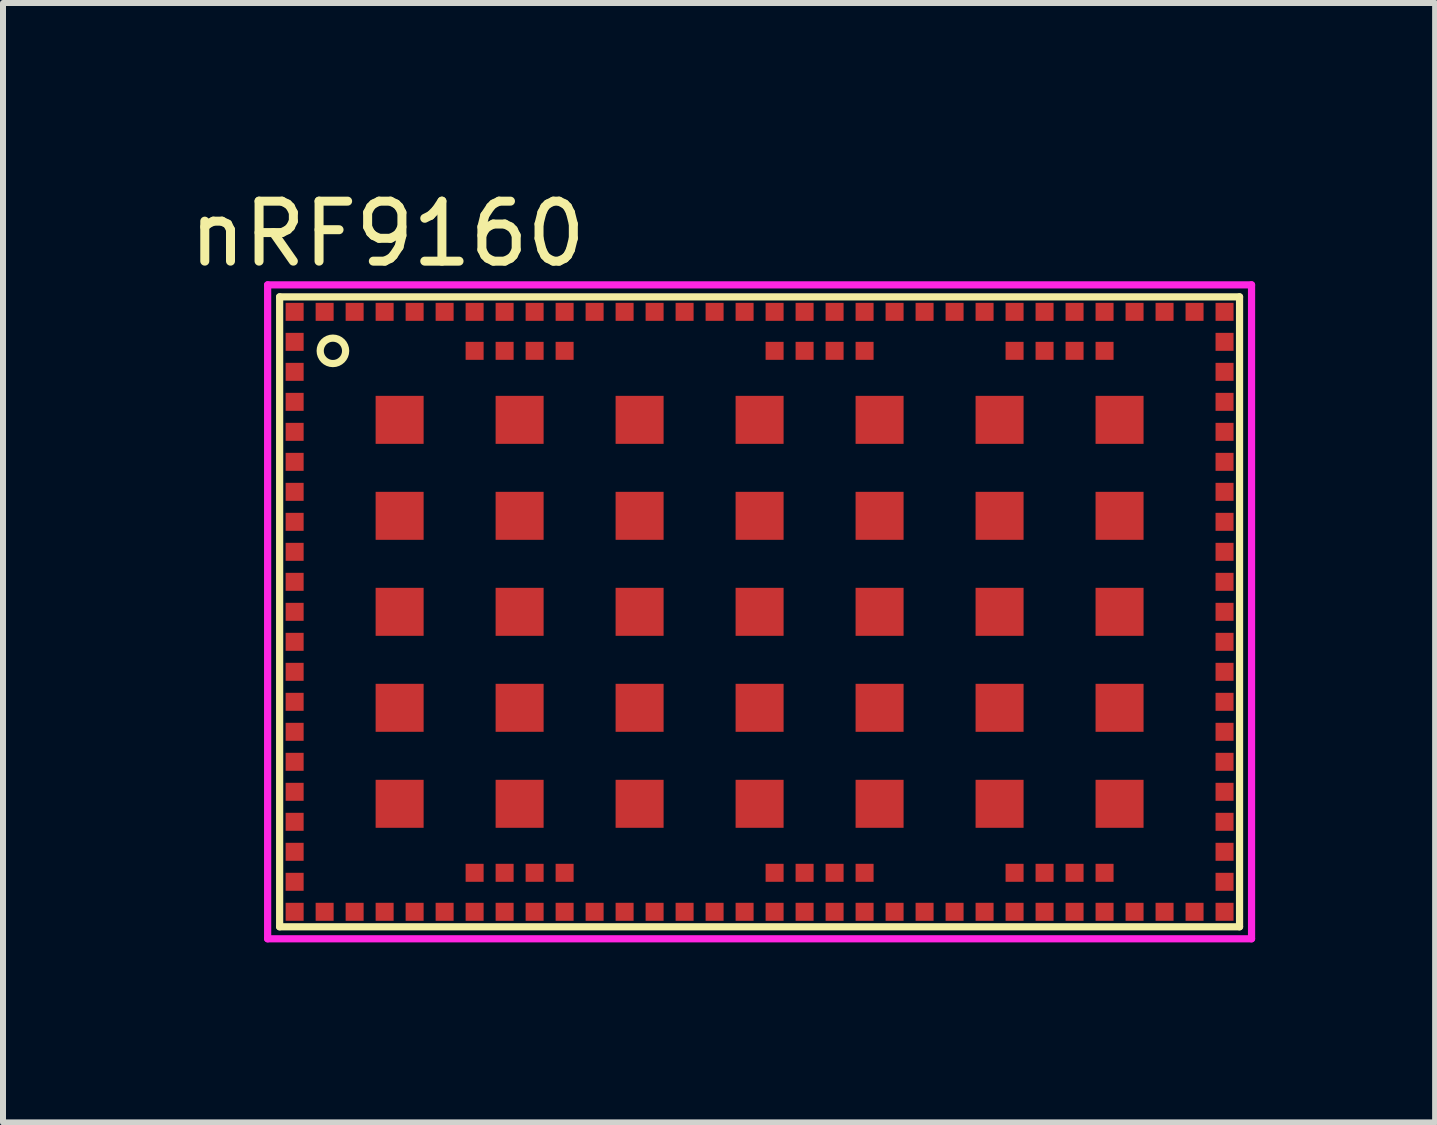
<source format=kicad_pcb>
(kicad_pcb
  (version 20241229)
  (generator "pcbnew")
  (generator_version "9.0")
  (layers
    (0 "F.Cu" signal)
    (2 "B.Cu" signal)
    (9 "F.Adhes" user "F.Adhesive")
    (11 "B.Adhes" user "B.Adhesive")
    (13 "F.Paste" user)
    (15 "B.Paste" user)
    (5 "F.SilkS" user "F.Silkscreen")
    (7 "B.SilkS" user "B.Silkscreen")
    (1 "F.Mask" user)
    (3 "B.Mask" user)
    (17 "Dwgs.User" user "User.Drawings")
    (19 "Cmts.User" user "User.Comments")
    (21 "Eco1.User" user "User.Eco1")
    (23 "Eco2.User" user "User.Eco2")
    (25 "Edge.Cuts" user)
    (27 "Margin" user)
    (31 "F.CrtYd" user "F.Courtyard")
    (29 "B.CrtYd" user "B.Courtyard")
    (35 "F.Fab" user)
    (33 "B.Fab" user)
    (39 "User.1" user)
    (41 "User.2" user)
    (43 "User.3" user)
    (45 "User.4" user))
  (footprint "nRF9160"
    (layer "F.Cu")
    (at 9.611 7.148)
    (property "Reference" "nRF9160" (at -6.2 -6.3 0) (layer "F.SilkS") (effects (font (size 1 1) (thickness 0.15))))
    (attr smd)
    (fp_line (start -8 -5.25) (end 8 -5.25) (stroke (width 0.12) (type solid)) (layer "F.SilkS"))
    (fp_line (start -8 5.25) (end -8 -5.25) (stroke (width 0.12) (type solid)) (layer "F.SilkS"))
    (fp_line (start 8 -5.25) (end 8 5.25) (stroke (width 0.12) (type solid)) (layer "F.SilkS"))
    (fp_line (start 8 5.25) (end -8 5.25) (stroke (width 0.12) (type solid)) (layer "F.SilkS"))
    (fp_circle (center -7.112 -4.35) (end -6.962 -4.2) (stroke (width 0.12) (type solid)) (fill no) (layer "F.SilkS"))
    (fp_line (start -8.2 -5.45) (end 8.2 -5.45) (stroke (width 0.12) (type solid)) (layer "F.CrtYd"))
    (fp_line (start -8.2 5.45) (end -8.2 -5.45) (stroke (width 0.12) (type solid)) (layer "F.CrtYd"))
    (fp_line (start 8.2 -5.45) (end 8.2 5.45) (stroke (width 0.12) (type solid)) (layer "F.CrtYd"))
    (fp_line (start 8.2 5.45) (end -8.2 5.45) (stroke (width 0.12) (type solid)) (layer "F.CrtYd"))
    (pad "1" smd rect (at -7.75 -5) (size 0.3 0.3) (layers "F.Cu" "F.Mask" "F.Paste"))
    (pad "2" smd rect (at -7.75 -4.5) (size 0.3 0.3) (layers "F.Cu" "F.Mask" "F.Paste"))
    (pad "3" smd rect (at -7.75 -4) (size 0.3 0.3) (layers "F.Cu" "F.Mask" "F.Paste"))
    (pad "4" smd rect (at -7.75 -3.5) (size 0.3 0.3) (layers "F.Cu" "F.Mask" "F.Paste"))
    (pad "5" smd rect (at -7.75 -3) (size 0.3 0.3) (layers "F.Cu" "F.Mask" "F.Paste"))
    (pad "6" smd rect (at -7.75 -2.5) (size 0.3 0.3) (layers "F.Cu" "F.Mask" "F.Paste"))
    (pad "7" smd rect (at -7.75 -2) (size 0.3 0.3) (layers "F.Cu" "F.Mask" "F.Paste"))
    (pad "8" smd rect (at -7.75 -1.5) (size 0.3 0.3) (layers "F.Cu" "F.Mask" "F.Paste"))
    (pad "9" smd rect (at -7.75 -1) (size 0.3 0.3) (layers "F.Cu" "F.Mask" "F.Paste"))
    (pad "10" smd rect (at -7.75 -0.5) (size 0.3 0.3) (layers "F.Cu" "F.Mask" "F.Paste"))
    (pad "11" smd rect (at -7.75 0) (size 0.3 0.3) (layers "F.Cu" "F.Mask" "F.Paste"))
    (pad "12" smd rect (at -7.75 0.5) (size 0.3 0.3) (layers "F.Cu" "F.Mask" "F.Paste"))
    (pad "13" smd rect (at -7.75 1) (size 0.3 0.3) (layers "F.Cu" "F.Mask" "F.Paste"))
    (pad "14" smd rect (at -7.75 1.5) (size 0.3 0.3) (layers "F.Cu" "F.Mask" "F.Paste"))
    (pad "15" smd rect (at -7.75 2) (size 0.3 0.3) (layers "F.Cu" "F.Mask" "F.Paste"))
    (pad "16" smd rect (at -7.75 2.5) (size 0.3 0.3) (layers "F.Cu" "F.Mask" "F.Paste"))
    (pad "17" smd rect (at -7.75 3) (size 0.3 0.3) (layers "F.Cu" "F.Mask" "F.Paste"))
    (pad "18" smd rect (at -7.75 3.5) (size 0.3 0.3) (layers "F.Cu" "F.Mask" "F.Paste"))
    (pad "19" smd rect (at -7.75 4) (size 0.3 0.3) (layers "F.Cu" "F.Mask" "F.Paste"))
    (pad "20" smd rect (at -7.75 4.5) (size 0.3 0.3) (layers "F.Cu" "F.Mask" "F.Paste"))
    (pad "21" smd rect (at -7.75 5) (size 0.3 0.3) (layers "F.Cu" "F.Mask" "F.Paste"))
    (pad "22" smd rect (at -7.25 5) (size 0.3 0.3) (layers "F.Cu" "F.Mask" "F.Paste"))
    (pad "23" smd rect (at -6.75 5) (size 0.3 0.3) (layers "F.Cu" "F.Mask" "F.Paste"))
    (pad "24" smd rect (at -6.25 5) (size 0.3 0.3) (layers "F.Cu" "F.Mask" "F.Paste"))
    (pad "25" smd rect (at -5.75 5) (size 0.3 0.3) (layers "F.Cu" "F.Mask" "F.Paste"))
    (pad "26" smd rect (at -5.25 5) (size 0.3 0.3) (layers "F.Cu" "F.Mask" "F.Paste"))
    (pad "27" smd rect (at -4.75 5) (size 0.3 0.3) (layers "F.Cu" "F.Mask" "F.Paste"))
    (pad "28" smd rect (at -4.25 5) (size 0.3 0.3) (layers "F.Cu" "F.Mask" "F.Paste"))
    (pad "29" smd rect (at -3.75 5) (size 0.3 0.3) (layers "F.Cu" "F.Mask" "F.Paste"))
    (pad "30" smd rect (at -3.25 5) (size 0.3 0.3) (layers "F.Cu" "F.Mask" "F.Paste"))
    (pad "31" smd rect (at -2.75 5) (size 0.3 0.3) (layers "F.Cu" "F.Mask" "F.Paste"))
    (pad "32" smd rect (at -2.25 5) (size 0.3 0.3) (layers "F.Cu" "F.Mask" "F.Paste"))
    (pad "33" smd rect (at -1.75 5) (size 0.3 0.3) (layers "F.Cu" "F.Mask" "F.Paste"))
    (pad "34" smd rect (at -1.25 5) (size 0.3 0.3) (layers "F.Cu" "F.Mask" "F.Paste"))
    (pad "35" smd rect (at -0.75 5) (size 0.3 0.3) (layers "F.Cu" "F.Mask" "F.Paste"))
    (pad "36" smd rect (at -0.25 5) (size 0.3 0.3) (layers "F.Cu" "F.Mask" "F.Paste"))
    (pad "37" smd rect (at 0.25 5) (size 0.3 0.3) (layers "F.Cu" "F.Mask" "F.Paste"))
    (pad "38" smd rect (at 0.75 5) (size 0.3 0.3) (layers "F.Cu" "F.Mask" "F.Paste"))
    (pad "39" smd rect (at 1.25 5) (size 0.3 0.3) (layers "F.Cu" "F.Mask" "F.Paste"))
    (pad "40" smd rect (at 1.75 5) (size 0.3 0.3) (layers "F.Cu" "F.Mask" "F.Paste"))
    (pad "41" smd rect (at 2.25 5) (size 0.3 0.3) (layers "F.Cu" "F.Mask" "F.Paste"))
    (pad "42" smd rect (at 2.75 5) (size 0.3 0.3) (layers "F.Cu" "F.Mask" "F.Paste"))
    (pad "43" smd rect (at 3.25 5) (size 0.3 0.3) (layers "F.Cu" "F.Mask" "F.Paste"))
    (pad "44" smd rect (at 3.75 5) (size 0.3 0.3) (layers "F.Cu" "F.Mask" "F.Paste"))
    (pad "45" smd rect (at 4.25 5) (size 0.3 0.3) (layers "F.Cu" "F.Mask" "F.Paste"))
    (pad "46" smd rect (at 4.75 5) (size 0.3 0.3) (layers "F.Cu" "F.Mask" "F.Paste"))
    (pad "47" smd rect (at 5.25 5) (size 0.3 0.3) (layers "F.Cu" "F.Mask" "F.Paste"))
    (pad "48" smd rect (at 5.75 5) (size 0.3 0.3) (layers "F.Cu" "F.Mask" "F.Paste"))
    (pad "49" smd rect (at 6.25 5) (size 0.3 0.3) (layers "F.Cu" "F.Mask" "F.Paste"))
    (pad "50" smd rect (at 6.75 5) (size 0.3 0.3) (layers "F.Cu" "F.Mask" "F.Paste"))
    (pad "51" smd rect (at 7.25 5) (size 0.3 0.3) (layers "F.Cu" "F.Mask" "F.Paste"))
    (pad "52" smd rect (at 7.75 5) (size 0.3 0.3) (layers "F.Cu" "F.Mask" "F.Paste"))
    (pad "53" smd rect (at 7.75 4.5) (size 0.3 0.3) (layers "F.Cu" "F.Mask" "F.Paste"))
    (pad "54" smd rect (at 7.75 4) (size 0.3 0.3) (layers "F.Cu" "F.Mask" "F.Paste"))
    (pad "55" smd rect (at 7.75 3.5) (size 0.3 0.3) (layers "F.Cu" "F.Mask" "F.Paste"))
    (pad "56" smd rect (at 7.75 3) (size 0.3 0.3) (layers "F.Cu" "F.Mask" "F.Paste"))
    (pad "57" smd rect (at 7.75 2.5) (size 0.3 0.3) (layers "F.Cu" "F.Mask" "F.Paste"))
    (pad "58" smd rect (at 7.75 2) (size 0.3 0.3) (layers "F.Cu" "F.Mask" "F.Paste"))
    (pad "59" smd rect (at 7.75 1.5) (size 0.3 0.3) (layers "F.Cu" "F.Mask" "F.Paste"))
    (pad "60" smd rect (at 7.75 1) (size 0.3 0.3) (layers "F.Cu" "F.Mask" "F.Paste"))
    (pad "61" smd rect (at 7.75 0.5) (size 0.3 0.3) (layers "F.Cu" "F.Mask" "F.Paste"))
    (pad "62" smd rect (at 7.75 0) (size 0.3 0.3) (layers "F.Cu" "F.Mask" "F.Paste"))
    (pad "63" smd rect (at 7.75 -0.5) (size 0.3 0.3) (layers "F.Cu" "F.Mask" "F.Paste"))
    (pad "64" smd rect (at 7.75 -1) (size 0.3 0.3) (layers "F.Cu" "F.Mask" "F.Paste"))
    (pad "65" smd rect (at 7.75 -1.5) (size 0.3 0.3) (layers "F.Cu" "F.Mask" "F.Paste"))
    (pad "66" smd rect (at 7.75 -2) (size 0.3 0.3) (layers "F.Cu" "F.Mask" "F.Paste"))
    (pad "67" smd rect (at 7.75 -2.5) (size 0.3 0.3) (layers "F.Cu" "F.Mask" "F.Paste"))
    (pad "68" smd rect (at 7.75 -3) (size 0.3 0.3) (layers "F.Cu" "F.Mask" "F.Paste"))
    (pad "69" smd rect (at 7.75 -3.5) (size 0.3 0.3) (layers "F.Cu" "F.Mask" "F.Paste"))
    (pad "70" smd rect (at 7.75 -4) (size 0.3 0.3) (layers "F.Cu" "F.Mask" "F.Paste"))
    (pad "71" smd rect (at 7.75 -4.5) (size 0.3 0.3) (layers "F.Cu" "F.Mask" "F.Paste"))
    (pad "72" smd rect (at 7.75 -5) (size 0.3 0.3) (layers "F.Cu" "F.Mask" "F.Paste"))
    (pad "73" smd rect (at 7.25 -5) (size 0.3 0.3) (layers "F.Cu" "F.Mask" "F.Paste"))
    (pad "74" smd rect (at 6.75 -5) (size 0.3 0.3) (layers "F.Cu" "F.Mask" "F.Paste"))
    (pad "75" smd rect (at 6.25 -5) (size 0.3 0.3) (layers "F.Cu" "F.Mask" "F.Paste"))
    (pad "76" smd rect (at 5.75 -5) (size 0.3 0.3) (layers "F.Cu" "F.Mask" "F.Paste"))
    (pad "77" smd rect (at 5.25 -5) (size 0.3 0.3) (layers "F.Cu" "F.Mask" "F.Paste"))
    (pad "78" smd rect (at 4.75 -5) (size 0.3 0.3) (layers "F.Cu" "F.Mask" "F.Paste"))
    (pad "79" smd rect (at 4.25 -5) (size 0.3 0.3) (layers "F.Cu" "F.Mask" "F.Paste"))
    (pad "80" smd rect (at 3.75 -5) (size 0.3 0.3) (layers "F.Cu" "F.Mask" "F.Paste"))
    (pad "81" smd rect (at 3.25 -5) (size 0.3 0.3) (layers "F.Cu" "F.Mask" "F.Paste"))
    (pad "82" smd rect (at 2.75 -5) (size 0.3 0.3) (layers "F.Cu" "F.Mask" "F.Paste"))
    (pad "83" smd rect (at 2.25 -5) (size 0.3 0.3) (layers "F.Cu" "F.Mask" "F.Paste"))
    (pad "84" smd rect (at 1.75 -5) (size 0.3 0.3) (layers "F.Cu" "F.Mask" "F.Paste"))
    (pad "85" smd rect (at 1.25 -5) (size 0.3 0.3) (layers "F.Cu" "F.Mask" "F.Paste"))
    (pad "86" smd rect (at 0.75 -5) (size 0.3 0.3) (layers "F.Cu" "F.Mask" "F.Paste"))
    (pad "87" smd rect (at 0.25 -5) (size 0.3 0.3) (layers "F.Cu" "F.Mask" "F.Paste"))
    (pad "88" smd rect (at -0.25 -5) (size 0.3 0.3) (layers "F.Cu" "F.Mask" "F.Paste"))
    (pad "89" smd rect (at -0.75 -5) (size 0.3 0.3) (layers "F.Cu" "F.Mask" "F.Paste"))
    (pad "90" smd rect (at -1.25 -5) (size 0.3 0.3) (layers "F.Cu" "F.Mask" "F.Paste"))
    (pad "91" smd rect (at -1.75 -5) (size 0.3 0.3) (layers "F.Cu" "F.Mask" "F.Paste"))
    (pad "92" smd rect (at -2.25 -5) (size 0.3 0.3) (layers "F.Cu" "F.Mask" "F.Paste"))
    (pad "93" smd rect (at -2.75 -5) (size 0.3 0.3) (layers "F.Cu" "F.Mask" "F.Paste"))
    (pad "94" smd rect (at -3.25 -5) (size 0.3 0.3) (layers "F.Cu" "F.Mask" "F.Paste"))
    (pad "95" smd rect (at -3.75 -5 90) (size 0.3 0.3) (layers "F.Cu" "F.Mask" "F.Paste"))
    (pad "96" smd rect (at -4.25 -5) (size 0.3 0.3) (layers "F.Cu" "F.Mask" "F.Paste"))
    (pad "97" smd rect (at -4.75 -5) (size 0.3 0.3) (layers "F.Cu" "F.Mask" "F.Paste"))
    (pad "98" smd rect (at -5.25 -5) (size 0.3 0.3) (layers "F.Cu" "F.Mask" "F.Paste"))
    (pad "99" smd rect (at -5.75 -5) (size 0.3 0.3) (layers "F.Cu" "F.Mask" "F.Paste"))
    (pad "100" smd rect (at -6.25 -5) (size 0.3 0.3) (layers "F.Cu" "F.Mask" "F.Paste"))
    (pad "101" smd rect (at -6.75 -5) (size 0.3 0.3) (layers "F.Cu" "F.Mask" "F.Paste"))
    (pad "102" smd rect (at -7.25 -5) (size 0.3 0.3) (layers "F.Cu" "F.Mask" "F.Paste"))
    (pad "103" smd rect (at -6 -3.2) (size 0.8 0.8) (layers "F.Cu" "F.Mask" "F.Paste"))
    (pad "103" smd rect (at -6 -1.6) (size 0.8 0.8) (layers "F.Cu" "F.Mask" "F.Paste"))
    (pad "103" smd rect (at -6 0) (size 0.8 0.8) (layers "F.Cu" "F.Mask" "F.Paste"))
    (pad "103" smd rect (at -6 1.6) (size 0.8 0.8) (layers "F.Cu" "F.Mask" "F.Paste"))
    (pad "103" smd rect (at -6 3.2) (size 0.8 0.8) (layers "F.Cu" "F.Mask" "F.Paste"))
    (pad "103" smd rect (at -4 -3.2) (size 0.8 0.8) (layers "F.Cu" "F.Mask" "F.Paste"))
    (pad "103" smd rect (at -4 -1.6) (size 0.8 0.8) (layers "F.Cu" "F.Mask" "F.Paste"))
    (pad "103" smd rect (at -4 0) (size 0.8 0.8) (layers "F.Cu" "F.Mask" "F.Paste"))
    (pad "103" smd rect (at -4 1.6) (size 0.8 0.8) (layers "F.Cu" "F.Mask" "F.Paste"))
    (pad "103" smd rect (at -4 3.2) (size 0.8 0.8) (layers "F.Cu" "F.Mask" "F.Paste"))
    (pad "103" smd rect (at -2 -3.2) (size 0.8 0.8) (layers "F.Cu" "F.Mask" "F.Paste"))
    (pad "103" smd rect (at -2 -1.6) (size 0.8 0.8) (layers "F.Cu" "F.Mask" "F.Paste"))
    (pad "103" smd rect (at -2 0) (size 0.8 0.8) (layers "F.Cu" "F.Mask" "F.Paste"))
    (pad "103" smd rect (at -2 1.6) (size 0.8 0.8) (layers "F.Cu" "F.Mask" "F.Paste"))
    (pad "103" smd rect (at -2 3.2) (size 0.8 0.8) (layers "F.Cu" "F.Mask" "F.Paste"))
    (pad "103" smd rect (at 0 -3.2) (size 0.8 0.8) (layers "F.Cu" "F.Mask" "F.Paste"))
    (pad "103" smd rect (at 0 -1.6) (size 0.8 0.8) (layers "F.Cu" "F.Mask" "F.Paste"))
    (pad "103" smd rect (at 0 0) (size 0.8 0.8) (layers "F.Cu" "F.Mask" "F.Paste"))
    (pad "103" smd rect (at 0 1.6) (size 0.8 0.8) (layers "F.Cu" "F.Mask" "F.Paste"))
    (pad "103" smd rect (at 0 3.2) (size 0.8 0.8) (layers "F.Cu" "F.Mask" "F.Paste"))
    (pad "103" smd rect (at 2 -3.2) (size 0.8 0.8) (layers "F.Cu" "F.Mask" "F.Paste"))
    (pad "103" smd rect (at 2 -1.6) (size 0.8 0.8) (layers "F.Cu" "F.Mask" "F.Paste"))
    (pad "103" smd rect (at 2 0) (size 0.8 0.8) (layers "F.Cu" "F.Mask" "F.Paste"))
    (pad "103" smd rect (at 2 1.6) (size 0.8 0.8) (layers "F.Cu" "F.Mask" "F.Paste"))
    (pad "103" smd rect (at 2 3.2) (size 0.8 0.8) (layers "F.Cu" "F.Mask" "F.Paste"))
    (pad "103" smd rect (at 4 -3.2) (size 0.8 0.8) (layers "F.Cu" "F.Mask" "F.Paste"))
    (pad "103" smd rect (at 4 -1.6) (size 0.8 0.8) (layers "F.Cu" "F.Mask" "F.Paste"))
    (pad "103" smd rect (at 4 0) (size 0.8 0.8) (layers "F.Cu" "F.Mask" "F.Paste"))
    (pad "103" smd rect (at 4 1.6) (size 0.8 0.8) (layers "F.Cu" "F.Mask" "F.Paste"))
    (pad "103" smd rect (at 4 3.2) (size 0.8 0.8) (layers "F.Cu" "F.Mask" "F.Paste"))
    (pad "103" smd rect (at 6 -3.2) (size 0.8 0.8) (layers "F.Cu" "F.Mask" "F.Paste"))
    (pad "103" smd rect (at 6 -1.6) (size 0.8 0.8) (layers "F.Cu" "F.Mask" "F.Paste"))
    (pad "103" smd rect (at 6 0) (size 0.8 0.8) (layers "F.Cu" "F.Mask" "F.Paste"))
    (pad "103" smd rect (at 6 1.6) (size 0.8 0.8) (layers "F.Cu" "F.Mask" "F.Paste"))
    (pad "103" smd rect (at 6 3.2) (size 0.8 0.8) (layers "F.Cu" "F.Mask" "F.Paste"))
    (pad "104" smd rect (at -4.75 4.35) (size 0.3 0.3) (layers "F.Cu" "F.Mask" "F.Paste"))
    (pad "105" smd rect (at -4.25 4.35) (size 0.3 0.3) (layers "F.Cu" "F.Mask" "F.Paste"))
    (pad "106" smd rect (at -3.75 4.35) (size 0.3 0.3) (layers "F.Cu" "F.Mask" "F.Paste"))
    (pad "107" smd rect (at -3.25 4.35) (size 0.3 0.3) (layers "F.Cu" "F.Mask" "F.Paste"))
    (pad "108" smd rect (at 0.25 4.35) (size 0.3 0.3) (layers "F.Cu" "F.Mask" "F.Paste"))
    (pad "109" smd rect (at 0.75 4.35) (size 0.3 0.3) (layers "F.Cu" "F.Mask" "F.Paste"))
    (pad "110" smd rect (at 1.25 4.35) (size 0.3 0.3) (layers "F.Cu" "F.Mask" "F.Paste"))
    (pad "111" smd rect (at 1.75 4.35) (size 0.3 0.3) (layers "F.Cu" "F.Mask" "F.Paste"))
    (pad "112" smd rect (at 4.25 4.35) (size 0.3 0.3) (layers "F.Cu" "F.Mask" "F.Paste"))
    (pad "113" smd rect (at 4.75 4.35) (size 0.3 0.3) (layers "F.Cu" "F.Mask" "F.Paste"))
    (pad "114" smd rect (at 5.25 4.35) (size 0.3 0.3) (layers "F.Cu" "F.Mask" "F.Paste"))
    (pad "115" smd rect (at 5.75 4.35) (size 0.3 0.3) (layers "F.Cu" "F.Mask" "F.Paste"))
    (pad "116" smd rect (at 5.75 -4.35) (size 0.3 0.3) (layers "F.Cu" "F.Mask" "F.Paste"))
    (pad "117" smd rect (at 5.25 -4.35) (size 0.3 0.3) (layers "F.Cu" "F.Mask" "F.Paste"))
    (pad "118" smd rect (at 4.75 -4.35) (size 0.3 0.3) (layers "F.Cu" "F.Mask" "F.Paste"))
    (pad "119" smd rect (at 4.25 -4.35) (size 0.3 0.3) (layers "F.Cu" "F.Mask" "F.Paste"))
    (pad "120" smd rect (at 1.75 -4.35) (size 0.3 0.3) (layers "F.Cu" "F.Mask" "F.Paste"))
    (pad "121" smd rect (at 1.25 -4.35) (size 0.3 0.3) (layers "F.Cu" "F.Mask" "F.Paste"))
    (pad "122" smd rect (at 0.75 -4.35) (size 0.3 0.3) (layers "F.Cu" "F.Mask" "F.Paste"))
    (pad "123" smd rect (at 0.25 -4.35) (size 0.3 0.3) (layers "F.Cu" "F.Mask" "F.Paste"))
    (pad "124" smd rect (at -3.25 -4.35) (size 0.3 0.3) (layers "F.Cu" "F.Mask" "F.Paste"))
    (pad "125" smd rect (at -3.75 -4.35) (size 0.3 0.3) (layers "F.Cu" "F.Mask" "F.Paste"))
    (pad "126" smd rect (at -4.25 -4.35) (size 0.3 0.3) (layers "F.Cu" "F.Mask" "F.Paste"))
    (pad "127" smd rect (at -4.75 -4.35) (size 0.3 0.3) (layers "F.Cu" "F.Mask" "F.Paste")))
  (gr_rect
    (start -3 -3)
    (end 20.871 15.658)
    (stroke (width 0.1) (type default))
    (fill no)
    (layer "Edge.Cuts")))
</source>
